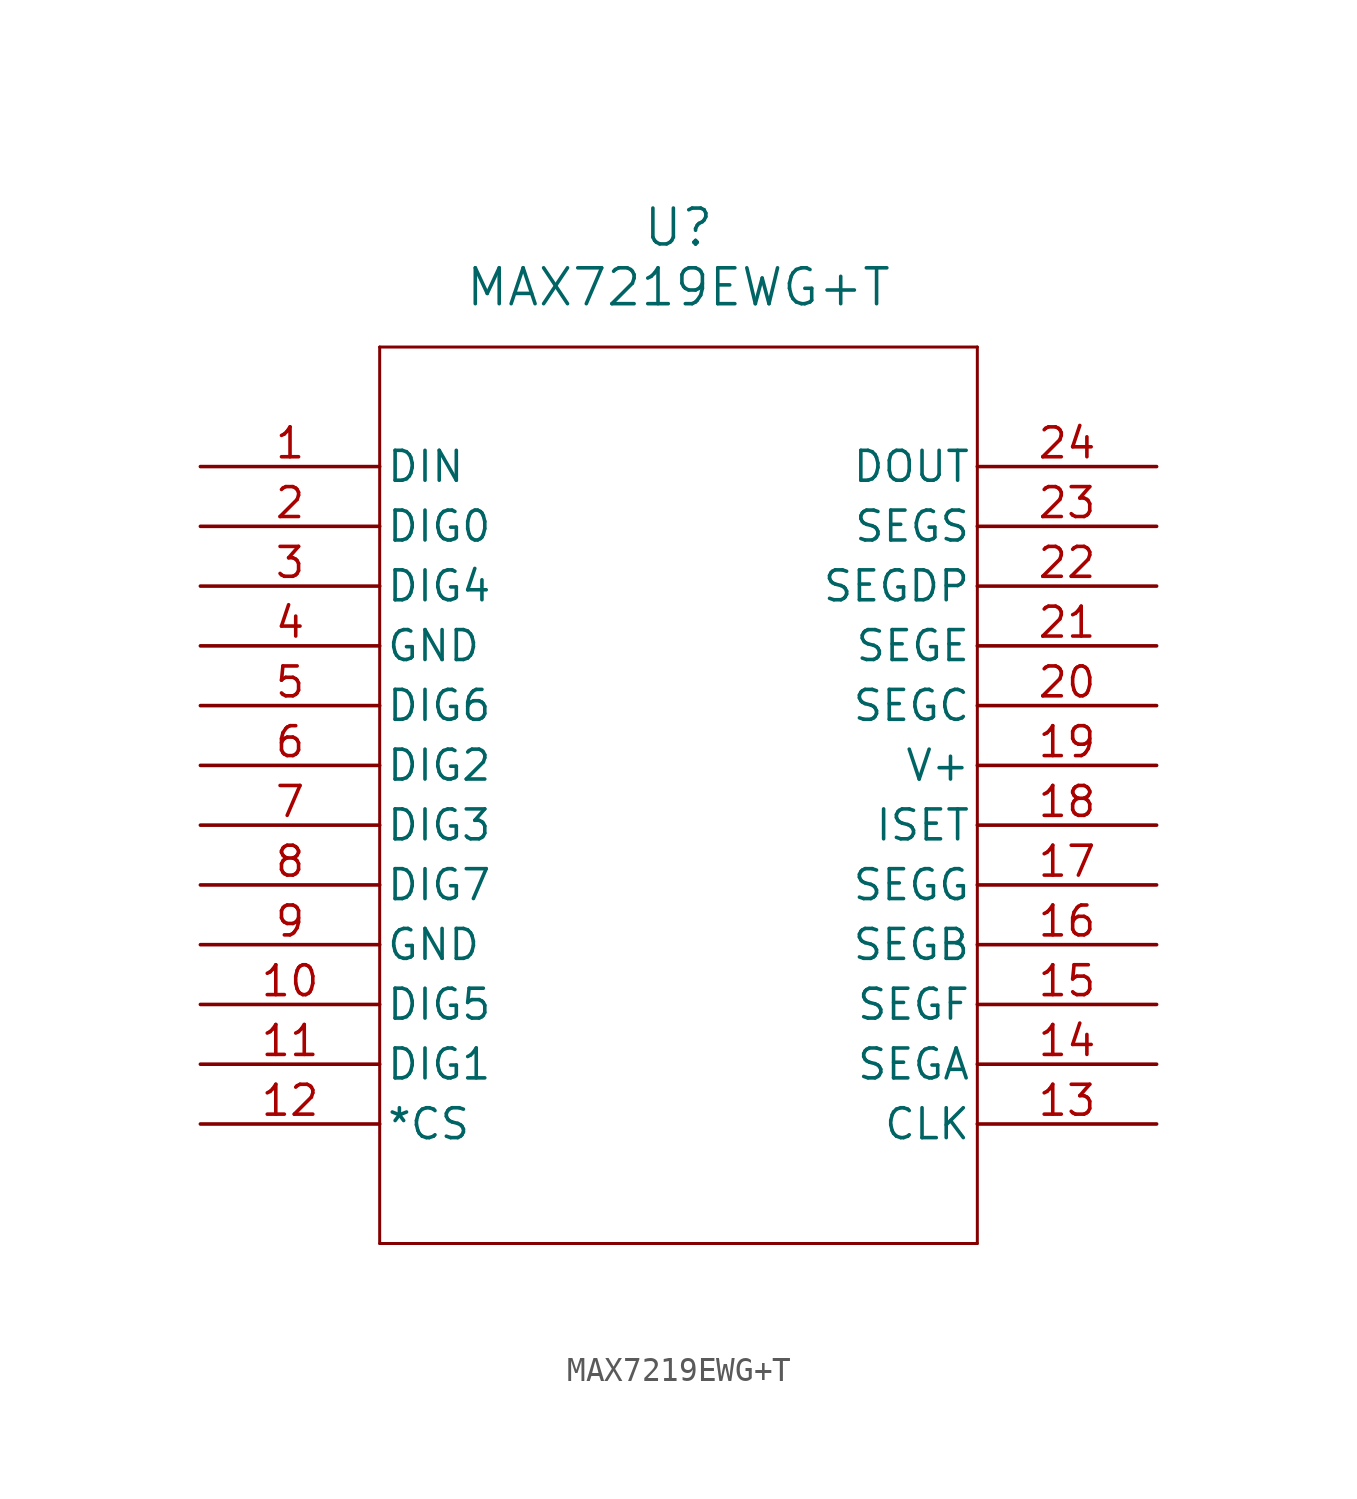
<source format=kicad_sym>
(kicad_symbol_lib
  (version 20211014)
  (generator kicad_symbol_editor)
  (symbol "MAX7219EWG+T"
    (pin_names
      (offset 0.254))
    (property "Reference" "U"
      (at 20.32 10.16 0)
      (effects (font (size 1.524 1.524))))
    (property "Value" "MAX7219EWG+T"
      (at 20.32 7.62 0)
      (effects (font (size 1.524 1.524))))
    (symbol "MAX7219EWG+T_0_1"
      (polyline (pts (xy 7.62 5.08) (xy 7.62 -33.02)) (stroke (width 0.127) (type default) (color 0 0 0 0)) (fill (type none)))
      (polyline (pts (xy 7.62 -33.02) (xy 33.02 -33.02)) (stroke (width 0.127) (type default) (color 0 0 0 0)) (fill (type none)))
      (polyline (pts (xy 33.02 -33.02) (xy 33.02 5.08)) (stroke (width 0.127) (type default) (color 0 0 0 0)) (fill (type none)))
      (polyline (pts (xy 33.02 5.08) (xy 7.62 5.08)) (stroke (width 0.127) (type default) (color 0 0 0 0)) (fill (type none)))
      (pin unspecified line (at 0 0 0) (length 7.62) (name "DIN" (effects (font (size 1.27 1.27)))) (number "1" (effects (font (size 1.27 1.27)))))
      (pin bidirectional line (at 0 -2.54 0) (length 7.62) (name "DIG0" (effects (font (size 1.27 1.27)))) (number "2" (effects (font (size 1.27 1.27)))))
      (pin bidirectional line (at 0 -5.08 0) (length 7.62) (name "DIG4" (effects (font (size 1.27 1.27)))) (number "3" (effects (font (size 1.27 1.27)))))
      (pin power_out line (at 0 -7.62 0) (length 7.62) (name "GND" (effects (font (size 1.27 1.27)))) (number "4" (effects (font (size 1.27 1.27)))))
      (pin bidirectional line (at 0 -10.16 0) (length 7.62) (name "DIG6" (effects (font (size 1.27 1.27)))) (number "5" (effects (font (size 1.27 1.27)))))
      (pin bidirectional line (at 0 -12.7 0) (length 7.62) (name "DIG2" (effects (font (size 1.27 1.27)))) (number "6" (effects (font (size 1.27 1.27)))))
      (pin bidirectional line (at 0 -15.24 0) (length 7.62) (name "DIG3" (effects (font (size 1.27 1.27)))) (number "7" (effects (font (size 1.27 1.27)))))
      (pin bidirectional line (at 0 -17.78 0) (length 7.62) (name "DIG7" (effects (font (size 1.27 1.27)))) (number "8" (effects (font (size 1.27 1.27)))))
      (pin power_out line (at 0 -20.32 0) (length 7.62) (name "GND" (effects (font (size 1.27 1.27)))) (number "9" (effects (font (size 1.27 1.27)))))
      (pin bidirectional line (at 0 -22.86 0) (length 7.62) (name "DIG5" (effects (font (size 1.27 1.27)))) (number "10" (effects (font (size 1.27 1.27)))))
      (pin bidirectional line (at 0 -25.4 0) (length 7.62) (name "DIG1" (effects (font (size 1.27 1.27)))) (number "11" (effects (font (size 1.27 1.27)))))
      (pin unspecified line (at 0 -27.94 0) (length 7.62) (name "*CS" (effects (font (size 1.27 1.27)))) (number "12" (effects (font (size 1.27 1.27)))))
      (pin unspecified line (at 40.64 -27.94 180) (length 7.62) (name "CLK" (effects (font (size 1.27 1.27)))) (number "13" (effects (font (size 1.27 1.27)))))
      (pin unspecified line (at 40.64 -25.4 180) (length 7.62) (name "SEGA" (effects (font (size 1.27 1.27)))) (number "14" (effects (font (size 1.27 1.27)))))
      (pin unspecified line (at 40.64 -22.86 180) (length 7.62) (name "SEGF" (effects (font (size 1.27 1.27)))) (number "15" (effects (font (size 1.27 1.27)))))
      (pin unspecified line (at 40.64 -20.32 180) (length 7.62) (name "SEGB" (effects (font (size 1.27 1.27)))) (number "16" (effects (font (size 1.27 1.27)))))
      (pin unspecified line (at 40.64 -17.78 180) (length 7.62) (name "SEGG" (effects (font (size 1.27 1.27)))) (number "17" (effects (font (size 1.27 1.27)))))
      (pin unspecified line (at 40.64 -15.24 180) (length 7.62) (name "ISET" (effects (font (size 1.27 1.27)))) (number "18" (effects (font (size 1.27 1.27)))))
      (pin power_in line (at 40.64 -12.7 180) (length 7.62) (name "V+" (effects (font (size 1.27 1.27)))) (number "19" (effects (font (size 1.27 1.27)))))
      (pin unspecified line (at 40.64 -10.16 180) (length 7.62) (name "SEGC" (effects (font (size 1.27 1.27)))) (number "20" (effects (font (size 1.27 1.27)))))
      (pin unspecified line (at 40.64 -7.62 180) (length 7.62) (name "SEGE" (effects (font (size 1.27 1.27)))) (number "21" (effects (font (size 1.27 1.27)))))
      (pin unspecified line (at 40.64 -5.08 180) (length 7.62) (name "SEGDP" (effects (font (size 1.27 1.27)))) (number "22" (effects (font (size 1.27 1.27)))))
      (pin unspecified line (at 40.64 -2.54 180) (length 7.62) (name "SEGS" (effects (font (size 1.27 1.27)))) (number "23" (effects (font (size 1.27 1.27)))))
      (pin output line (at 40.64 0 180) (length 7.62) (name "DOUT" (effects (font (size 1.27 1.27)))) (number "24" (effects (font (size 1.27 1.27))))))))
</source>
